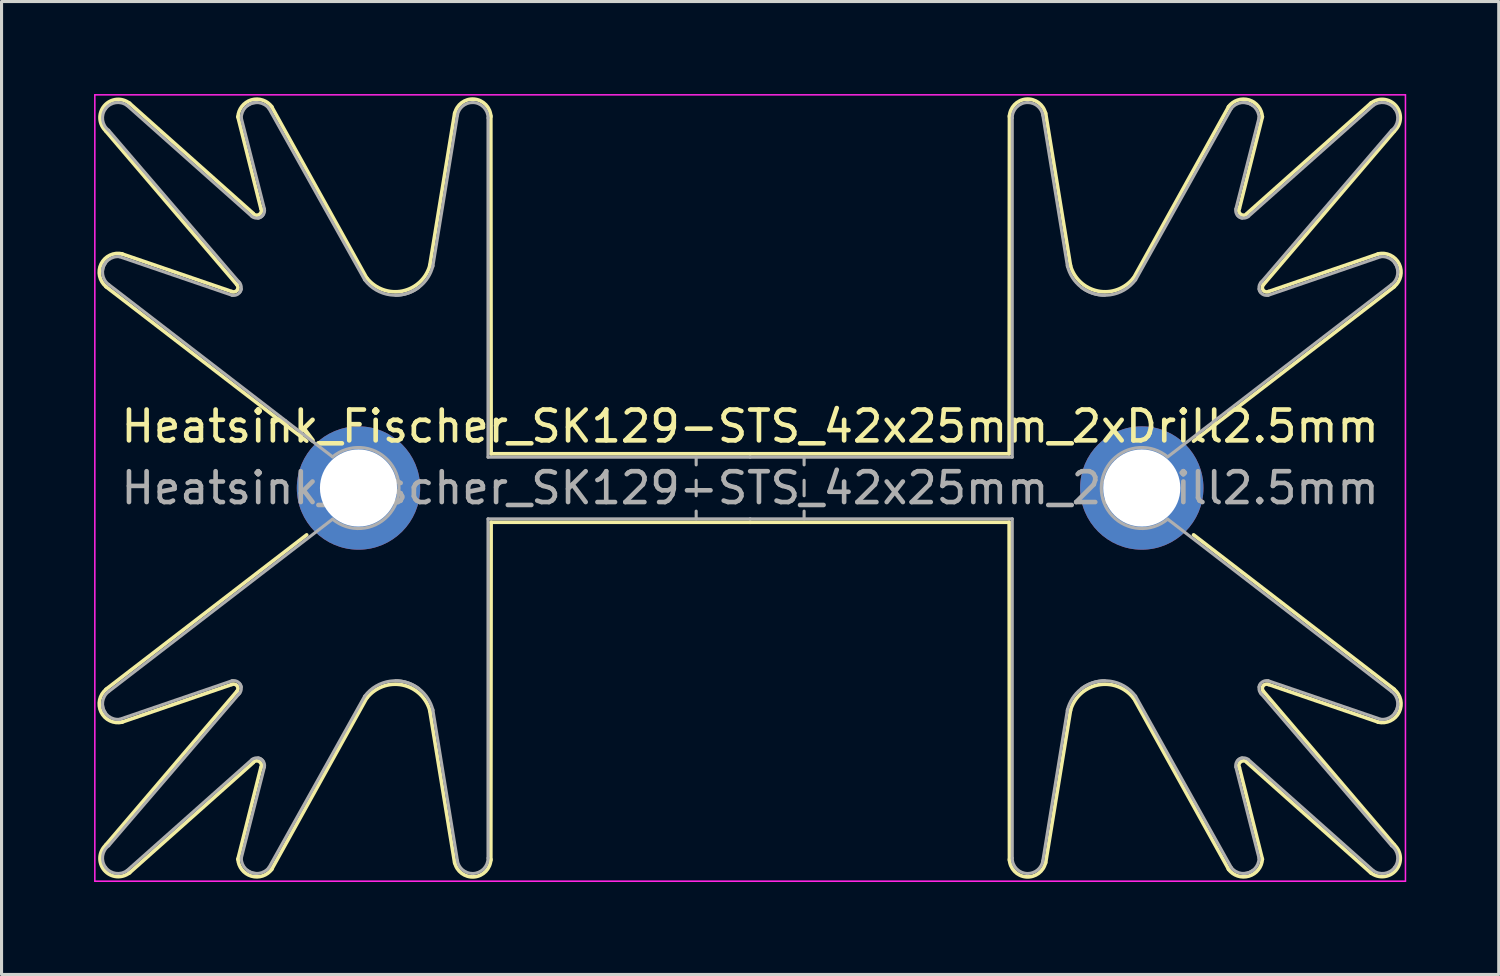
<source format=kicad_pcb>
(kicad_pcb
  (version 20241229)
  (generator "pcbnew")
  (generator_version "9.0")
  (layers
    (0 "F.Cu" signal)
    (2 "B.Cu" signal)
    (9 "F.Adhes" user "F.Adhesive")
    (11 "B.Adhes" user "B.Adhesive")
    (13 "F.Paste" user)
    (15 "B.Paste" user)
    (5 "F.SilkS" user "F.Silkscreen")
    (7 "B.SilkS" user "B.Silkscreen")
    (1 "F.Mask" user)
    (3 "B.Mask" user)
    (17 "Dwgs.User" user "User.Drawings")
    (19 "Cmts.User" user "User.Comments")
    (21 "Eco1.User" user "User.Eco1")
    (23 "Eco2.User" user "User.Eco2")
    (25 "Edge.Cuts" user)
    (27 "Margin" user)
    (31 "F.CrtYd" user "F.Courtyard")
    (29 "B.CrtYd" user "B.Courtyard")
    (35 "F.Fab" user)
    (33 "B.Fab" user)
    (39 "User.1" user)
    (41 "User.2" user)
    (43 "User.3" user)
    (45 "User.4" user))
  (footprint "Heatsink_Fischer_SK129-STS_42x25mm_2xDrill2.5mm"
    (layer "F.Cu")
    (at 21.275 12.775)
    (property "Reference" "Heatsink_Fischer_SK129-STS_42x25mm_2xDrill2.5mm" (at 0 -2 0) (layer "F.SilkS") (effects (font (size 1 1) (thickness 0.15))))
    (attr through_hole)
    (fp_line (start -20.89 -11.57) (end -16.64 -6.59) (stroke (width 0.12) (type solid)) (layer "F.SilkS"))
    (fp_line (start -20.89 -6.53) (end -14.38 -1.52) (stroke (width 0.12) (type solid)) (layer "F.SilkS"))
    (fp_line (start -20.89 6.53) (end -14.38 1.52) (stroke (width 0.12) (type solid)) (layer "F.SilkS"))
    (fp_line (start -20.89 11.57) (end -16.64 6.59) (stroke (width 0.12) (type solid)) (layer "F.SilkS"))
    (fp_line (start -16.81 -6.37) (end -20.37 -7.59) (stroke (width 0.12) (type solid)) (layer "F.SilkS"))
    (fp_line (start -16.81 6.37) (end -20.37 7.59) (stroke (width 0.12) (type solid)) (layer "F.SilkS"))
    (fp_line (start -16.61 -12.04) (end -15.86 -9.05) (stroke (width 0.12) (type solid)) (layer "F.SilkS"))
    (fp_line (start -16.61 12.04) (end -15.86 9.05) (stroke (width 0.12) (type solid)) (layer "F.SilkS"))
    (fp_line (start -16.11 -8.9) (end -20.14 -12.49) (stroke (width 0.12) (type solid)) (layer "F.SilkS"))
    (fp_line (start -16.11 8.9) (end -20.14 12.49) (stroke (width 0.12) (type solid)) (layer "F.SilkS"))
    (fp_line (start -12.43 -6.8) (end -15.52 -12.37) (stroke (width 0.12) (type solid)) (layer "F.SilkS"))
    (fp_line (start -12.43 6.8) (end -15.52 12.37) (stroke (width 0.12) (type solid)) (layer "F.SilkS"))
    (fp_line (start -9.58 -12.16) (end -10.39 -7.2) (stroke (width 0.12) (type solid)) (layer "F.SilkS"))
    (fp_line (start -9.58 12.16) (end -10.39 7.2) (stroke (width 0.12) (type solid)) (layer "F.SilkS"))
    (fp_line (start -8.41 -12.07) (end -8.4 -1.11) (stroke (width 0.12) (type solid)) (layer "F.SilkS"))
    (fp_line (start -8.41 12.07) (end -8.4 1.11) (stroke (width 0.12) (type solid)) (layer "F.SilkS"))
    (fp_line (start -8.4 -1.11) (end 0 -1.11) (stroke (width 0.12) (type solid)) (layer "F.SilkS"))
    (fp_line (start -8.4 1.11) (end 0 1.11) (stroke (width 0.12) (type solid)) (layer "F.SilkS"))
    (fp_line (start 8.4 -1.11) (end 0 -1.11) (stroke (width 0.12) (type solid)) (layer "F.SilkS"))
    (fp_line (start 8.4 1.11) (end 0 1.11) (stroke (width 0.12) (type solid)) (layer "F.SilkS"))
    (fp_line (start 8.41 -12.07) (end 8.4 -1.11) (stroke (width 0.12) (type solid)) (layer "F.SilkS"))
    (fp_line (start 8.41 12.07) (end 8.4 1.11) (stroke (width 0.12) (type solid)) (layer "F.SilkS"))
    (fp_line (start 9.58 -12.16) (end 10.39 -7.2) (stroke (width 0.12) (type solid)) (layer "F.SilkS"))
    (fp_line (start 9.58 12.16) (end 10.39 7.2) (stroke (width 0.12) (type solid)) (layer "F.SilkS"))
    (fp_line (start 12.43 -6.8) (end 15.52 -12.37) (stroke (width 0.12) (type solid)) (layer "F.SilkS"))
    (fp_line (start 12.43 6.8) (end 15.52 12.37) (stroke (width 0.12) (type solid)) (layer "F.SilkS"))
    (fp_line (start 16.11 -8.9) (end 20.14 -12.49) (stroke (width 0.12) (type solid)) (layer "F.SilkS"))
    (fp_line (start 16.11 8.9) (end 20.14 12.49) (stroke (width 0.12) (type solid)) (layer "F.SilkS"))
    (fp_line (start 16.61 -12.04) (end 15.86 -9.05) (stroke (width 0.12) (type solid)) (layer "F.SilkS"))
    (fp_line (start 16.61 12.04) (end 15.86 9.05) (stroke (width 0.12) (type solid)) (layer "F.SilkS"))
    (fp_line (start 16.81 -6.37) (end 20.37 -7.59) (stroke (width 0.12) (type solid)) (layer "F.SilkS"))
    (fp_line (start 16.81 6.37) (end 20.37 7.59) (stroke (width 0.12) (type solid)) (layer "F.SilkS"))
    (fp_line (start 20.89 -11.57) (end 16.64 -6.59) (stroke (width 0.12) (type solid)) (layer "F.SilkS"))
    (fp_line (start 20.89 -6.53) (end 14.38 -1.52) (stroke (width 0.12) (type solid)) (layer "F.SilkS"))
    (fp_line (start 20.89 6.53) (end 14.38 1.52) (stroke (width 0.12) (type solid)) (layer "F.SilkS"))
    (fp_line (start 20.89 11.57) (end 16.64 6.59) (stroke (width 0.12) (type solid)) (layer "F.SilkS"))
    (fp_arc (start -20.883567 -11.569995) (mid -20.940157 -12.391914) (end -20.12 -12.47) (stroke (width 0.12) (type solid)) (layer "F.SilkS"))
    (fp_arc (start -20.88201 -6.529077) (mid -21.044088 -7.26771) (end -20.36 -7.59) (stroke (width 0.12) (type solid)) (layer "F.SilkS"))
    (fp_arc (start -20.36 7.59) (mid -21.044305 7.267269) (end -20.881246 6.528459) (stroke (width 0.12) (type solid)) (layer "F.SilkS"))
    (fp_arc (start -20.12 12.47) (mid -20.940246 12.391809) (end -20.883361 11.56981) (stroke (width 0.12) (type solid)) (layer "F.SilkS"))
    (fp_arc (start -16.81 6.37) (mid -16.635916 6.413485) (end -16.641006 6.592846) (stroke (width 0.12) (type solid)) (layer "F.SilkS"))
    (fp_arc (start -16.641005 -6.592844) (mid -16.635917 -6.413484) (end -16.81 -6.37) (stroke (width 0.12) (type solid)) (layer "F.SilkS"))
    (fp_arc (start -16.607253 -12.030714) (mid -16.174769 -12.58237) (end -15.51 -12.36) (stroke (width 0.12) (type solid)) (layer "F.SilkS"))
    (fp_arc (start -16.11 8.89) (mid -15.907388 8.875008) (end -15.862738 9.073206) (stroke (width 0.12) (type solid)) (layer "F.SilkS"))
    (fp_arc (start -15.862646 -9.073033) (mid -15.907467 -8.87495) (end -16.11 -8.89) (stroke (width 0.12) (type solid)) (layer "F.SilkS"))
    (fp_arc (start -15.51 12.36) (mid -16.175176 12.582248) (end -16.607296 12.029866) (stroke (width 0.12) (type solid)) (layer "F.SilkS"))
    (fp_arc (start -12.43 6.81) (mid -11.270695 6.386526) (end -10.37849 7.239338) (stroke (width 0.12) (type solid)) (layer "F.SilkS"))
    (fp_arc (start -10.378725 -7.238423) (mid -11.271157 -6.386429) (end -12.43 -6.81) (stroke (width 0.12) (type solid)) (layer "F.SilkS"))
    (fp_arc (start -9.578367 -12.138285) (mid -8.950514 -12.608261) (end -8.41 -12.04) (stroke (width 0.12) (type solid)) (layer "F.SilkS"))
    (fp_arc (start -8.41 12.04) (mid -8.950833 12.608288) (end -9.578495 12.137659) (stroke (width 0.12) (type solid)) (layer "F.SilkS"))
    (fp_arc (start 8.41 -12.04) (mid 8.950833 -12.608288) (end 9.578495 -12.137659) (stroke (width 0.12) (type solid)) (layer "F.SilkS"))
    (fp_arc (start 9.578367 12.138285) (mid 8.950514 12.608261) (end 8.41 12.04) (stroke (width 0.12) (type solid)) (layer "F.SilkS"))
    (fp_arc (start 10.378725 7.238423) (mid 11.271157 6.386429) (end 12.43 6.81) (stroke (width 0.12) (type solid)) (layer "F.SilkS"))
    (fp_arc (start 12.43 -6.81) (mid 11.270695 -6.386526) (end 10.37849 -7.239338) (stroke (width 0.12) (type solid)) (layer "F.SilkS"))
    (fp_arc (start 15.51 -12.36) (mid 16.175176 -12.582248) (end 16.607296 -12.029866) (stroke (width 0.12) (type solid)) (layer "F.SilkS"))
    (fp_arc (start 15.862646 9.073033) (mid 15.907467 8.87495) (end 16.11 8.89) (stroke (width 0.12) (type solid)) (layer "F.SilkS"))
    (fp_arc (start 16.11 -8.89) (mid 15.907388 -8.875008) (end 15.862738 -9.073206) (stroke (width 0.12) (type solid)) (layer "F.SilkS"))
    (fp_arc (start 16.607253 12.030714) (mid 16.174769 12.58237) (end 15.51 12.36) (stroke (width 0.12) (type solid)) (layer "F.SilkS"))
    (fp_arc (start 16.641005 6.592844) (mid 16.635917 6.413484) (end 16.81 6.37) (stroke (width 0.12) (type solid)) (layer "F.SilkS"))
    (fp_arc (start 16.81 -6.37) (mid 16.635916 -6.413485) (end 16.641006 -6.592846) (stroke (width 0.12) (type solid)) (layer "F.SilkS"))
    (fp_arc (start 20.12 -12.47) (mid 20.940246 -12.391809) (end 20.883361 -11.56981) (stroke (width 0.12) (type solid)) (layer "F.SilkS"))
    (fp_arc (start 20.36 -7.59) (mid 21.044305 -7.267269) (end 20.881246 -6.528459) (stroke (width 0.12) (type solid)) (layer "F.SilkS"))
    (fp_arc (start 20.88201 6.529077) (mid 21.044088 7.26771) (end 20.36 7.59) (stroke (width 0.12) (type solid)) (layer "F.SilkS"))
    (fp_arc (start 20.883567 11.569995) (mid 20.940157 12.391914) (end 20.12 12.47) (stroke (width 0.12) (type solid)) (layer "F.SilkS"))
    (fp_line (start -21.25 -12.75) (end -21.25 12.75) (stroke (width 0.05) (type solid)) (layer "F.CrtYd"))
    (fp_line (start -21.25 -12.75) (end 21.25 -12.75) (stroke (width 0.05) (type solid)) (layer "F.CrtYd"))
    (fp_line (start 21.25 12.75) (end -21.25 12.75) (stroke (width 0.05) (type solid)) (layer "F.CrtYd"))
    (fp_line (start 21.25 12.75) (end 21.25 -12.75) (stroke (width 0.05) (type solid)) (layer "F.CrtYd"))
    (fp_line (start -20.8 -6.6) (end -13.54 -1.01) (stroke (width 0.1) (type solid)) (layer "F.Fab"))
    (fp_line (start -20.8 6.6) (end -13.54 1.01) (stroke (width 0.1) (type solid)) (layer "F.Fab"))
    (fp_line (start -16.8 -6.25) (end -20.45 -7.5) (stroke (width 0.1) (type solid)) (layer "F.Fab"))
    (fp_line (start -16.8 6.25) (end -20.45 7.5) (stroke (width 0.1) (type solid)) (layer "F.Fab"))
    (fp_line (start -16.55 -6.65) (end -20.8 -11.6) (stroke (width 0.1) (type solid)) (layer "F.Fab"))
    (fp_line (start -16.55 6.65) (end -20.8 11.6) (stroke (width 0.1) (type solid)) (layer "F.Fab"))
    (fp_line (start -16.5 -12) (end -15.75 -9.05) (stroke (width 0.1) (type solid)) (layer "F.Fab"))
    (fp_line (start -16.5 12) (end -15.75 9.05) (stroke (width 0.1) (type solid)) (layer "F.Fab"))
    (fp_line (start -16.15 -8.8) (end -20.2 -12.4) (stroke (width 0.1) (type solid)) (layer "F.Fab"))
    (fp_line (start -16.15 8.8) (end -20.2 12.4) (stroke (width 0.1) (type solid)) (layer "F.Fab"))
    (fp_line (start -12.5 -6.75) (end -15.6 -12.3) (stroke (width 0.1) (type solid)) (layer "F.Fab"))
    (fp_line (start -12.5 6.75) (end -15.6 12.3) (stroke (width 0.1) (type solid)) (layer "F.Fab"))
    (fp_line (start -9.49 -12.09) (end -10.29 -7.18) (stroke (width 0.1) (type solid)) (layer "F.Fab"))
    (fp_line (start -9.49 12.09) (end -10.29 7.18) (stroke (width 0.1) (type solid)) (layer "F.Fab"))
    (fp_line (start -8.5 -12) (end -8.5 -1) (stroke (width 0.1) (type solid)) (layer "F.Fab"))
    (fp_line (start -8.5 12) (end -8.5 1) (stroke (width 0.1) (type solid)) (layer "F.Fab"))
    (fp_line (start -1.75 -1) (end -1.75 -0.75) (stroke (width 0.1) (type solid)) (layer "F.Fab"))
    (fp_line (start -1.75 -0.25) (end -1.75 0.25) (stroke (width 0.1) (type solid)) (layer "F.Fab"))
    (fp_line (start -1.75 1) (end -1.75 0.75) (stroke (width 0.1) (type solid)) (layer "F.Fab"))
    (fp_line (start 0 -1) (end -8.5 -1) (stroke (width 0.1) (type solid)) (layer "F.Fab"))
    (fp_line (start 0 -1) (end 8.5 -1) (stroke (width 0.1) (type solid)) (layer "F.Fab"))
    (fp_line (start 0 1) (end -8.5 1) (stroke (width 0.1) (type solid)) (layer "F.Fab"))
    (fp_line (start 0 1) (end 8.5 1) (stroke (width 0.1) (type solid)) (layer "F.Fab"))
    (fp_line (start 1.75 -1) (end 1.75 -0.75) (stroke (width 0.1) (type solid)) (layer "F.Fab"))
    (fp_line (start 1.75 -0.25) (end 1.75 0.25) (stroke (width 0.1) (type solid)) (layer "F.Fab"))
    (fp_line (start 1.75 0.75) (end 1.75 1) (stroke (width 0.1) (type solid)) (layer "F.Fab"))
    (fp_line (start 8.5 -12) (end 8.5 -1) (stroke (width 0.1) (type solid)) (layer "F.Fab"))
    (fp_line (start 8.5 12) (end 8.5 1) (stroke (width 0.1) (type solid)) (layer "F.Fab"))
    (fp_line (start 9.49 -12.09) (end 10.29 -7.18) (stroke (width 0.1) (type solid)) (layer "F.Fab"))
    (fp_line (start 9.49 12.09) (end 10.29 7.18) (stroke (width 0.1) (type solid)) (layer "F.Fab"))
    (fp_line (start 12.5 -6.75) (end 15.6 -12.3) (stroke (width 0.1) (type solid)) (layer "F.Fab"))
    (fp_line (start 12.5 6.75) (end 15.6 12.3) (stroke (width 0.1) (type solid)) (layer "F.Fab"))
    (fp_line (start 16.15 -8.8) (end 20.2 -12.4) (stroke (width 0.1) (type solid)) (layer "F.Fab"))
    (fp_line (start 16.15 8.8) (end 20.2 12.4) (stroke (width 0.1) (type solid)) (layer "F.Fab"))
    (fp_line (start 16.5 -12) (end 15.75 -9.05) (stroke (width 0.1) (type solid)) (layer "F.Fab"))
    (fp_line (start 16.5 12) (end 15.75 9.05) (stroke (width 0.1) (type solid)) (layer "F.Fab"))
    (fp_line (start 16.55 -6.65) (end 20.8 -11.6) (stroke (width 0.1) (type solid)) (layer "F.Fab"))
    (fp_line (start 16.55 6.65) (end 20.8 11.6) (stroke (width 0.1) (type solid)) (layer "F.Fab"))
    (fp_line (start 16.8 -6.25) (end 20.45 -7.5) (stroke (width 0.1) (type solid)) (layer "F.Fab"))
    (fp_line (start 16.8 6.25) (end 20.45 7.5) (stroke (width 0.1) (type solid)) (layer "F.Fab"))
    (fp_line (start 20.8 -6.6) (end 13.54 -1.01) (stroke (width 0.1) (type solid)) (layer "F.Fab"))
    (fp_line (start 20.8 6.6) (end 13.54 1.01) (stroke (width 0.1) (type solid)) (layer "F.Fab"))
    (fp_arc (start -21 -7.05) (mid -20.818198 -7.388909) (end -20.45 -7.5) (stroke (width 0.1) (type solid)) (layer "F.Fab"))
    (fp_arc (start -20.9 -12.3) (mid -20.570711 -12.494975) (end -20.2 -12.4) (stroke (width 0.1) (type solid)) (layer "F.Fab"))
    (fp_arc (start -20.9 7.3) (mid -20.994975 6.929289) (end -20.8 6.6) (stroke (width 0.1) (type solid)) (layer "F.Fab"))
    (fp_arc (start -20.9 12.3) (mid -20.994975 11.929289) (end -20.8 11.6) (stroke (width 0.1) (type solid)) (layer "F.Fab"))
    (fp_arc (start -20.8 -11.6) (mid -20.994975 -11.929289) (end -20.9 -12.3) (stroke (width 0.1) (type solid)) (layer "F.Fab"))
    (fp_arc (start -20.8 -6.6) (mid -20.994975 -6.929289) (end -20.9 -7.3) (stroke (width 0.1) (type solid)) (layer "F.Fab"))
    (fp_arc (start -20.45 7.5) (mid -20.818198 7.388909) (end -21 7.05) (stroke (width 0.1) (type solid)) (layer "F.Fab"))
    (fp_arc (start -20.2 12.4) (mid -20.570711 12.494975) (end -20.9 12.3) (stroke (width 0.1) (type solid)) (layer "F.Fab"))
    (fp_arc (start -16.8 6.25) (mid -16.608579 6.287868) (end -16.5 6.45) (stroke (width 0.1) (type solid)) (layer "F.Fab"))
    (fp_arc (start -16.6 -6.7) (mid -16.502513 -6.535355) (end -16.55 -6.35) (stroke (width 0.1) (type solid)) (layer "F.Fab"))
    (fp_arc (start -16.55 6.35) (mid -16.502513 6.535355) (end -16.6 6.7) (stroke (width 0.1) (type solid)) (layer "F.Fab"))
    (fp_arc (start -16.5 -12) (mid -16.353553 -12.353553) (end -16 -12.5) (stroke (width 0.1) (type solid)) (layer "F.Fab"))
    (fp_arc (start -16.5 -6.45) (mid -16.608579 -6.287868) (end -16.8 -6.25) (stroke (width 0.1) (type solid)) (layer "F.Fab"))
    (fp_arc (start -16.3 -12.4) (mid -15.929289 -12.494975) (end -15.6 -12.3) (stroke (width 0.1) (type solid)) (layer "F.Fab"))
    (fp_arc (start -16.15 8.8) (mid -15.964645 8.752513) (end -15.8 8.85) (stroke (width 0.1) (type solid)) (layer "F.Fab"))
    (fp_arc (start -16 12.5) (mid -16.353553 12.353553) (end -16.5 12) (stroke (width 0.1) (type solid)) (layer "F.Fab"))
    (fp_arc (start -15.95 8.75) (mid -15.787868 8.858579) (end -15.75 9.05) (stroke (width 0.1) (type solid)) (layer "F.Fab"))
    (fp_arc (start -15.8 -8.85) (mid -15.964645 -8.752513) (end -16.15 -8.8) (stroke (width 0.1) (type solid)) (layer "F.Fab"))
    (fp_arc (start -15.75 -9.05) (mid -15.787868 -8.858579) (end -15.95 -8.75) (stroke (width 0.1) (type solid)) (layer "F.Fab"))
    (fp_arc (start -15.6 12.3) (mid -15.929289 12.494975) (end -16.3 12.4) (stroke (width 0.1) (type solid)) (layer "F.Fab"))
    (fp_arc (start -13.54 -1.01) (mid -11.386341 0.000006) (end -13.54001 1.009992) (stroke (width 0.1) (type solid)) (layer "F.Fab"))
    (fp_arc (start -12.5 6.75) (mid -11.676777 6.262563) (end -10.75 6.5) (stroke (width 0.1) (type solid)) (layer "F.Fab"))
    (fp_arc (start -11.5 6.25) (mid -10.725943 6.518504) (end -10.284425 7.208664) (stroke (width 0.1) (type solid)) (layer "F.Fab"))
    (fp_arc (start -10.75 -6.5) (mid -11.676777 -6.262563) (end -12.5 -6.75) (stroke (width 0.1) (type solid)) (layer "F.Fab"))
    (fp_arc (start -10.284538 -7.208193) (mid -10.726133 -6.518354) (end -11.5 -6.25) (stroke (width 0.1) (type solid)) (layer "F.Fab"))
    (fp_arc (start -9.493428 -12.080802) (mid -9.323728 -12.381052) (end -9 -12.5) (stroke (width 0.1) (type solid)) (layer "F.Fab"))
    (fp_arc (start -9 -12.5) (mid -8.646447 -12.353553) (end -8.5 -12) (stroke (width 0.1) (type solid)) (layer "F.Fab"))
    (fp_arc (start -9 12.5) (mid -9.323819 12.380974) (end -9.493467 12.080565) (stroke (width 0.1) (type solid)) (layer "F.Fab"))
    (fp_arc (start -8.5 12) (mid -8.646447 12.353553) (end -9 12.5) (stroke (width 0.1) (type solid)) (layer "F.Fab"))
    (fp_arc (start 8.5 -12) (mid 8.646447 -12.353553) (end 9 -12.5) (stroke (width 0.1) (type solid)) (layer "F.Fab"))
    (fp_arc (start 9 -12.5) (mid 9.323819 -12.380974) (end 9.493467 -12.080565) (stroke (width 0.1) (type solid)) (layer "F.Fab"))
    (fp_arc (start 9 12.5) (mid 8.646447 12.353553) (end 8.5 12) (stroke (width 0.1) (type solid)) (layer "F.Fab"))
    (fp_arc (start 9.493428 12.080802) (mid 9.323728 12.381052) (end 9 12.5) (stroke (width 0.1) (type solid)) (layer "F.Fab"))
    (fp_arc (start 10.284538 7.208193) (mid 10.726133 6.518354) (end 11.5 6.25) (stroke (width 0.1) (type solid)) (layer "F.Fab"))
    (fp_arc (start 10.75 6.5) (mid 11.676777 6.262563) (end 12.5 6.75) (stroke (width 0.1) (type solid)) (layer "F.Fab"))
    (fp_arc (start 11.5 -6.25) (mid 10.725943 -6.518504) (end 10.284425 -7.208664) (stroke (width 0.1) (type solid)) (layer "F.Fab"))
    (fp_arc (start 12.5 -6.75) (mid 11.676777 -6.262563) (end 10.75 -6.5) (stroke (width 0.1) (type solid)) (layer "F.Fab"))
    (fp_arc (start 13.54 1.01) (mid 11.386341 -0.000006) (end 13.54001 -1.009992) (stroke (width 0.1) (type solid)) (layer "F.Fab"))
    (fp_arc (start 15.6 -12.3) (mid 15.929289 -12.494975) (end 16.3 -12.4) (stroke (width 0.1) (type solid)) (layer "F.Fab"))
    (fp_arc (start 15.75 9.05) (mid 15.787868 8.858579) (end 15.95 8.75) (stroke (width 0.1) (type solid)) (layer "F.Fab"))
    (fp_arc (start 15.8 8.85) (mid 15.964645 8.752513) (end 16.15 8.8) (stroke (width 0.1) (type solid)) (layer "F.Fab"))
    (fp_arc (start 15.95 -8.75) (mid 15.787868 -8.858579) (end 15.75 -9.05) (stroke (width 0.1) (type solid)) (layer "F.Fab"))
    (fp_arc (start 16 -12.5) (mid 16.353553 -12.353553) (end 16.5 -12) (stroke (width 0.1) (type solid)) (layer "F.Fab"))
    (fp_arc (start 16.15 -8.8) (mid 15.964645 -8.752513) (end 15.8 -8.85) (stroke (width 0.1) (type solid)) (layer "F.Fab"))
    (fp_arc (start 16.3 12.4) (mid 15.929289 12.494975) (end 15.6 12.3) (stroke (width 0.1) (type solid)) (layer "F.Fab"))
    (fp_arc (start 16.5 6.45) (mid 16.608579 6.287868) (end 16.8 6.25) (stroke (width 0.1) (type solid)) (layer "F.Fab"))
    (fp_arc (start 16.5 12) (mid 16.353553 12.353553) (end 16 12.5) (stroke (width 0.1) (type solid)) (layer "F.Fab"))
    (fp_arc (start 16.55 -6.35) (mid 16.502513 -6.535355) (end 16.6 -6.7) (stroke (width 0.1) (type solid)) (layer "F.Fab"))
    (fp_arc (start 16.6 6.7) (mid 16.502513 6.535355) (end 16.55 6.35) (stroke (width 0.1) (type solid)) (layer "F.Fab"))
    (fp_arc (start 16.8 -6.25) (mid 16.608579 -6.287868) (end 16.5 -6.45) (stroke (width 0.1) (type solid)) (layer "F.Fab"))
    (fp_arc (start 20.2 -12.4) (mid 20.570711 -12.494975) (end 20.9 -12.3) (stroke (width 0.1) (type solid)) (layer "F.Fab"))
    (fp_arc (start 20.45 -7.5) (mid 20.818198 -7.388909) (end 21 -7.05) (stroke (width 0.1) (type solid)) (layer "F.Fab"))
    (fp_arc (start 20.8 6.6) (mid 20.994975 6.929289) (end 20.9 7.3) (stroke (width 0.1) (type solid)) (layer "F.Fab"))
    (fp_arc (start 20.8 11.6) (mid 20.994975 11.929289) (end 20.9 12.3) (stroke (width 0.1) (type solid)) (layer "F.Fab"))
    (fp_arc (start 20.9 -12.3) (mid 20.994975 -11.929289) (end 20.8 -11.6) (stroke (width 0.1) (type solid)) (layer "F.Fab"))
    (fp_arc (start 20.9 -7.3) (mid 20.994975 -6.929289) (end 20.8 -6.6) (stroke (width 0.1) (type solid)) (layer "F.Fab"))
    (fp_arc (start 20.9 12.3) (mid 20.570711 12.494975) (end 20.2 12.4) (stroke (width 0.1) (type solid)) (layer "F.Fab"))
    (fp_arc (start 21 7.05) (mid 20.818198 7.388909) (end 20.45 7.5) (stroke (width 0.1) (type solid)) (layer "F.Fab"))
    (fp_text user "${REFERENCE}" (at 0 0 0) (layer "F.Fab") (effects (font (size 1 1) (thickness 0.15))))
    (pad "1" thru_hole circle (at -12.7 0 180) (size 4 4) (drill 2.5) (layers "*.Cu" "*.Mask"))
    (pad "1" thru_hole circle (at 12.7 0) (size 4 4) (drill 2.5) (layers "*.Cu" "*.Mask")))
  (gr_rect
    (start -3 -3)
    (end 45.55 28.55)
    (stroke (width 0.1) (type default))
    (fill no)
    (layer "Edge.Cuts")))
</source>
